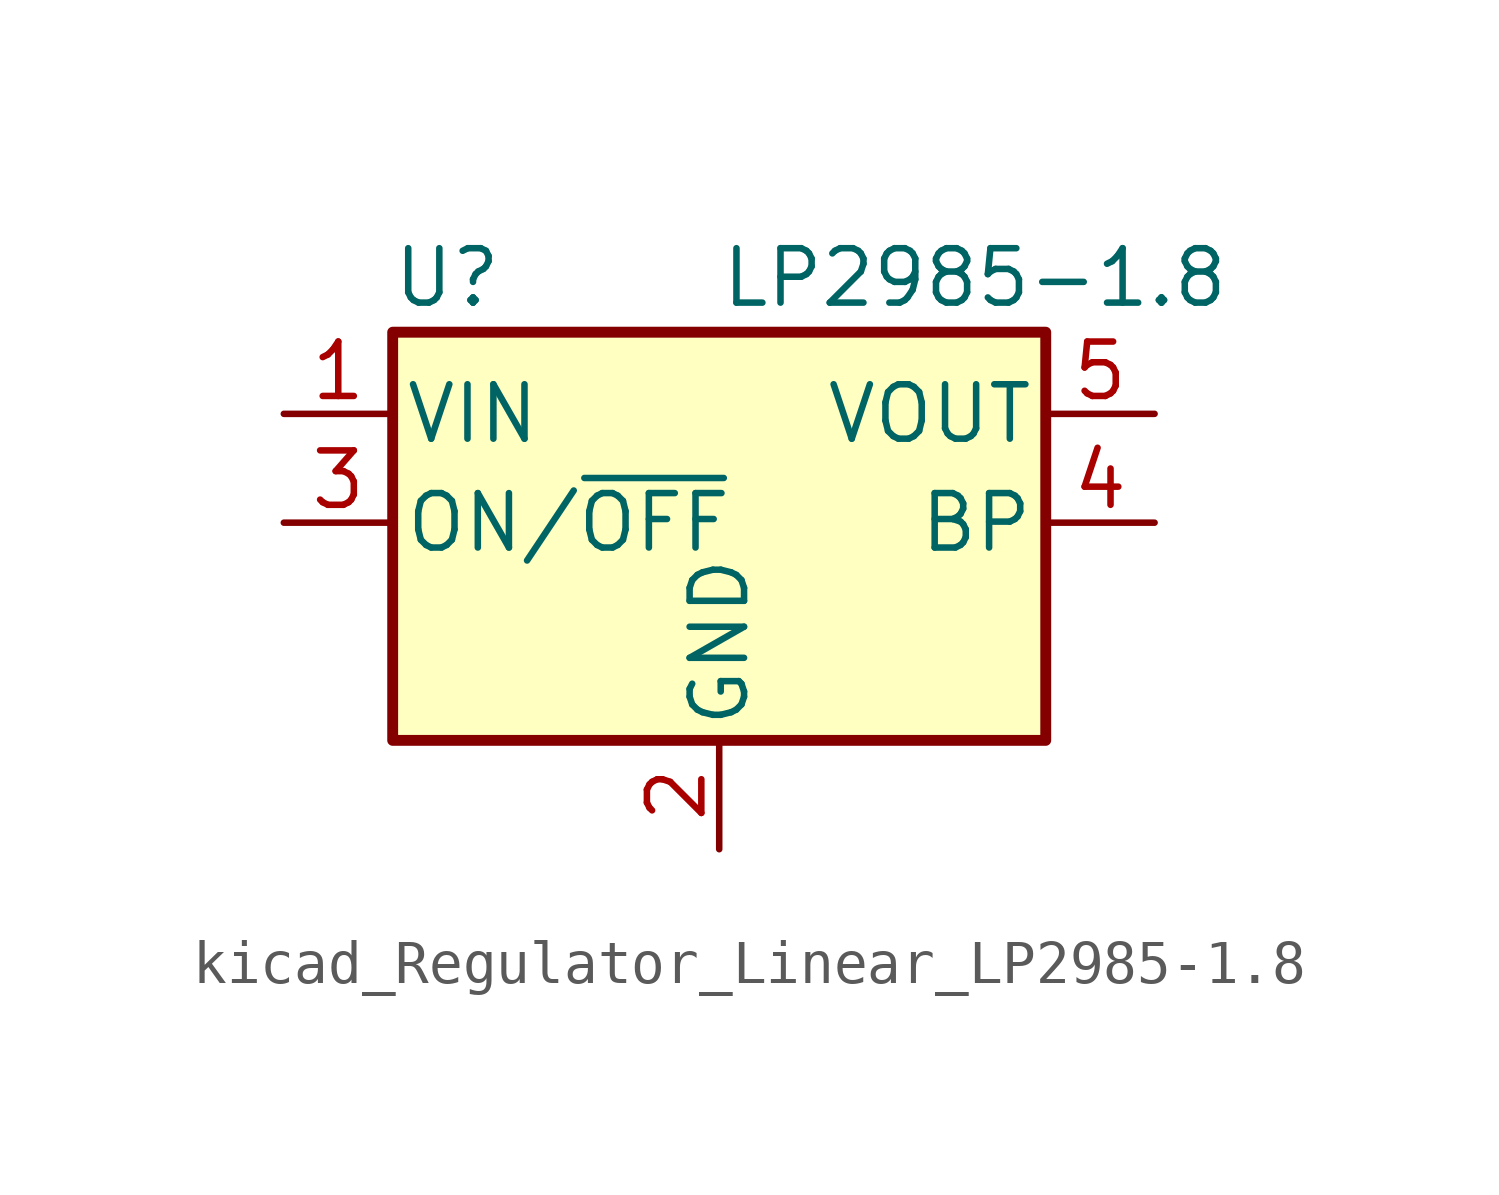
<source format=kicad_sym>
(kicad_symbol_lib
  (version 20220914)
  (generator kicad_symbol_editor)
  (symbol "kicad_Regulator_Linear_LP2985-1.8"
    (pin_names
      (offset 0.254))
    (property "Reference" "U"
      (at -6.35 5.715 0)
      (effects (font (size 1.27 1.27))))
    (property "Value" "LP2985-1.8"
      (at 0 5.715 0)
      (effects (font (size 1.27 1.27)) (justify left)))
    (symbol "kicad_Regulator_Linear_LP2985-1.8_0_1"
      (rectangle (start -7.62 -5.08) (end 7.62 4.445) (stroke (width 0.254) (type default)) (fill (type background))))
    (symbol "kicad_Regulator_Linear_LP2985-1.8_1_1"
      (pin power_in line (at -10.16 2.54 0) (length 2.54) (name "VIN" (effects (font (size 1.27 1.27)))) (number "1" (effects (font (size 1.27 1.27)))))
      (pin power_in line (at 0 -7.62 90) (length 2.54) (name "GND" (effects (font (size 1.27 1.27)))) (number "2" (effects (font (size 1.27 1.27)))))
      (pin input line (at -10.16 0 0) (length 2.54) (name "ON/~{OFF}" (effects (font (size 1.27 1.27)))) (number "3" (effects (font (size 1.27 1.27)))))
      (pin input line (at 10.16 0 180) (length 2.54) (name "BP" (effects (font (size 1.27 1.27)))) (number "4" (effects (font (size 1.27 1.27)))))
      (pin power_out line (at 10.16 2.54 180) (length 2.54) (name "VOUT" (effects (font (size 1.27 1.27)))) (number "5" (effects (font (size 1.27 1.27))))))))
</source>
